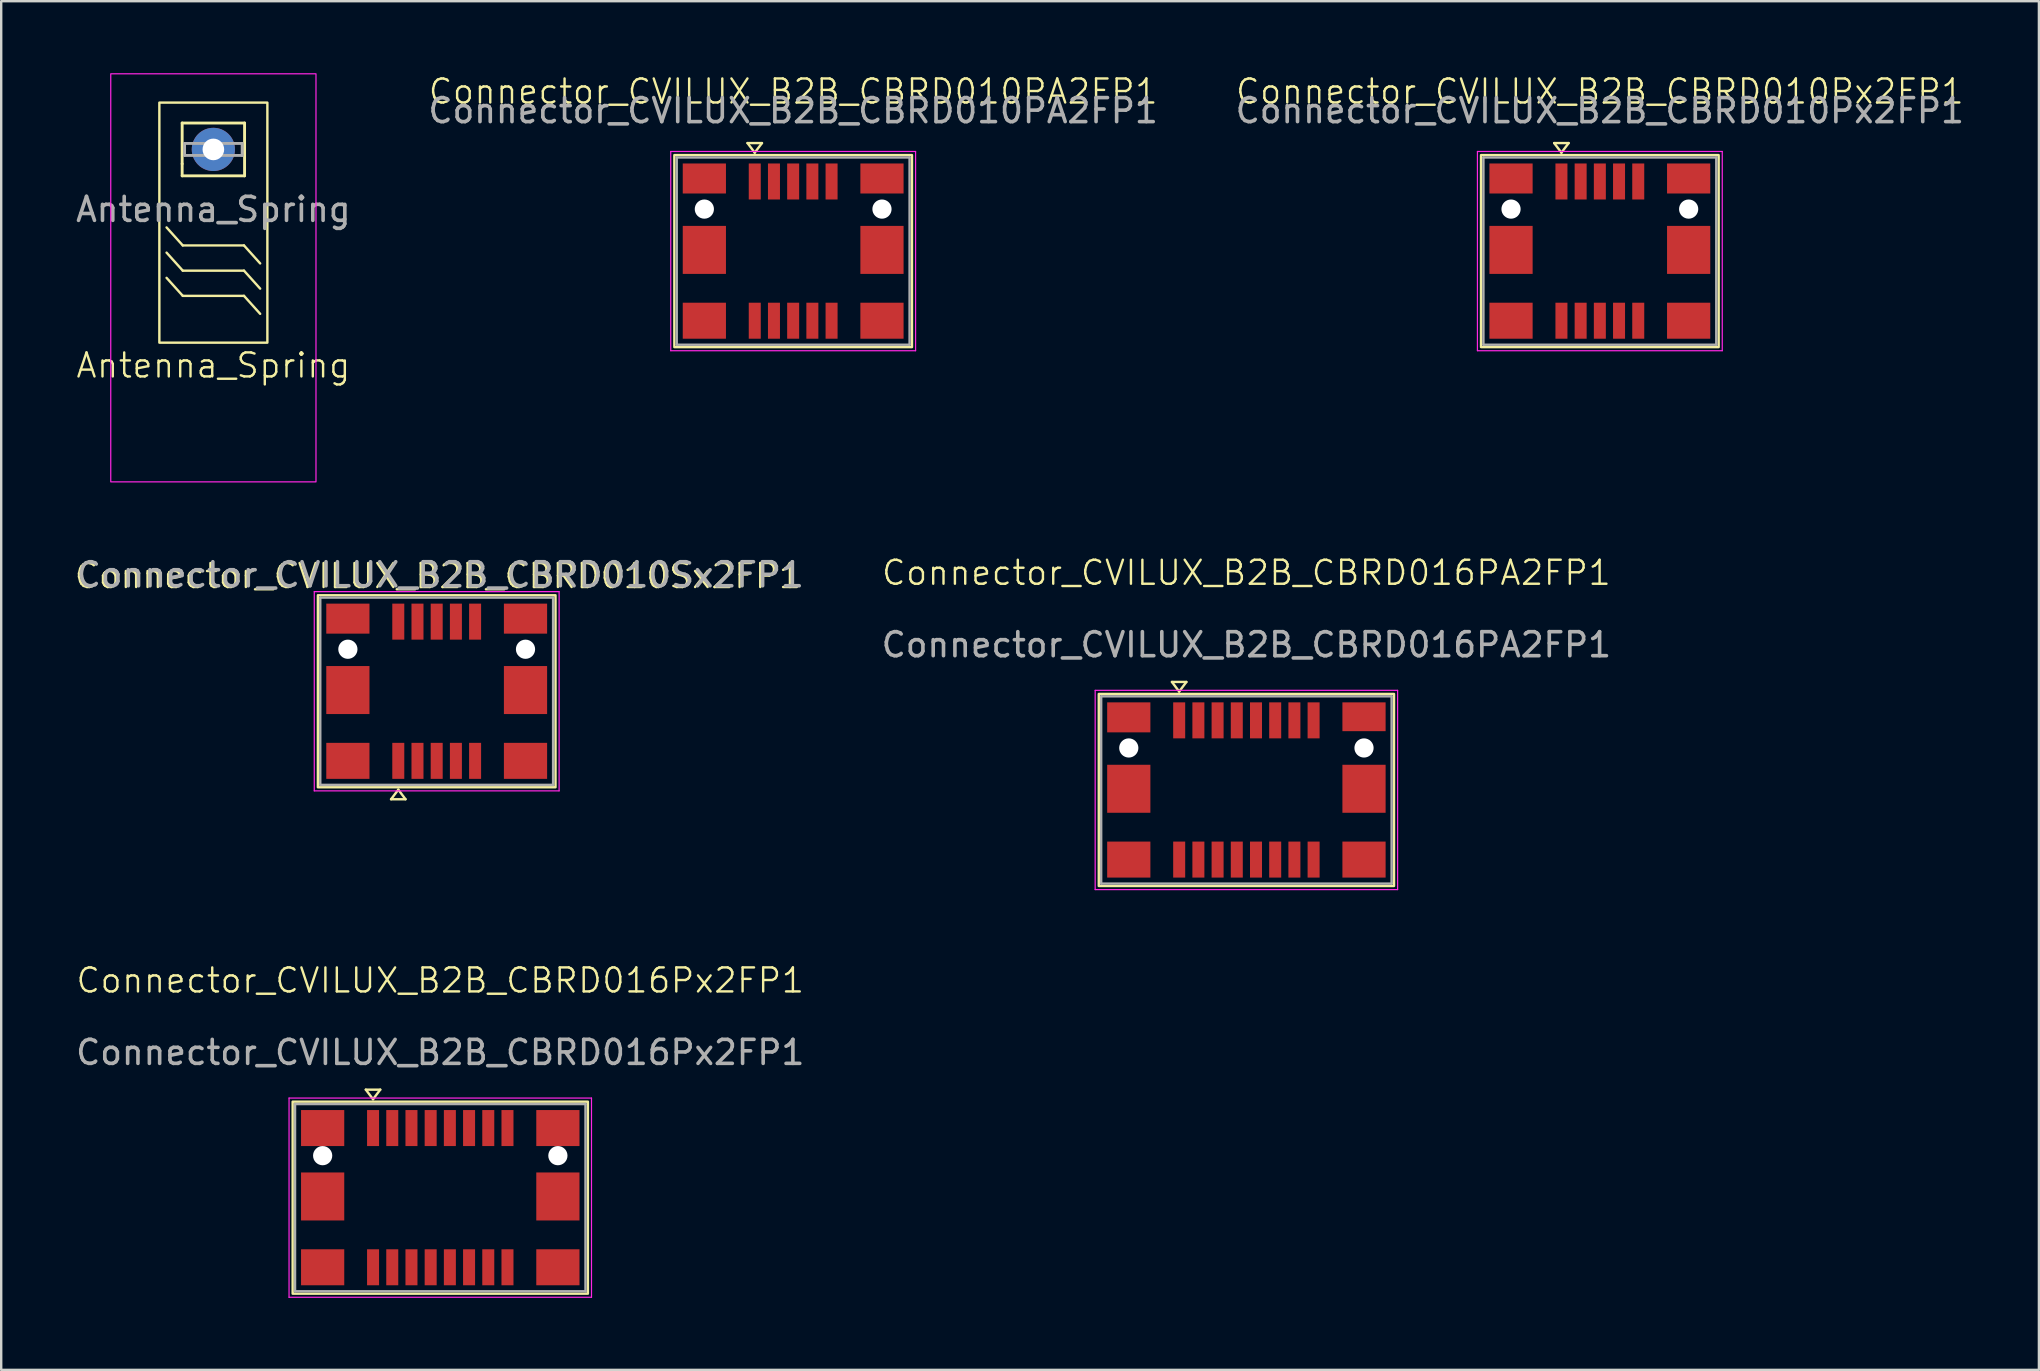
<source format=kicad_pcb>
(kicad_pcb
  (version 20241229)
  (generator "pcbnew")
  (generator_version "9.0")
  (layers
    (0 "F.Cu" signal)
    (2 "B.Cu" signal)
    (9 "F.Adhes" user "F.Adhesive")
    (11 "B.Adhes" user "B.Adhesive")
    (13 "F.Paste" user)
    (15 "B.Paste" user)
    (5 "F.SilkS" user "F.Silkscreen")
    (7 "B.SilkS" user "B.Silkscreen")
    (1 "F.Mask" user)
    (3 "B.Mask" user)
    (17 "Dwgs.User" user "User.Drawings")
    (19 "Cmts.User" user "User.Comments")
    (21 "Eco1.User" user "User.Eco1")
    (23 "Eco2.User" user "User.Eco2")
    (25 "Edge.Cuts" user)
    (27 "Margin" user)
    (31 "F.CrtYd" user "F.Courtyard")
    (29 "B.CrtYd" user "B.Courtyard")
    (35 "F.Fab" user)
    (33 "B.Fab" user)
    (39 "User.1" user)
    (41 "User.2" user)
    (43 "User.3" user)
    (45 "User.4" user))
  (footprint "Connector_CVILUX_B2B_CBRD016PA2FP1"
    (layer "F.Cu")
    (at 48.876 29.811)
    (property "Reference" "Connector_CVILUX_B2B_CBRD016PA2FP1" (at 0 -9 0) (unlocked yes) (layer "F.SilkS") (effects (font (size 1 1) (thickness 0.1))))
    (attr smd)
    (fp_line (start -3.102 -4.45) (end -2.5 -4.45) (stroke (width 0.1) (type default)) (layer "F.SilkS"))
    (fp_line (start -2.801 -4.051) (end -3.102 -4.45) (stroke (width 0.1) (type default)) (layer "F.SilkS"))
    (fp_line (start -2.801 -4.051) (end -2.5 -4.45) (stroke (width 0.1) (type default)) (layer "F.SilkS"))
    (fp_rect (start -6.15 -3.95) (end 6.15 4.05) (stroke (width 0.1) (type default)) (fill no) (layer "F.SilkS"))
    (fp_line (start -6.3 -4.1) (end -6.3 4.2) (stroke (width 0.05) (type solid)) (layer "F.CrtYd"))
    (fp_line (start -6.3 -4.1) (end 6.3 -4.1) (stroke (width 0.05) (type solid)) (layer "F.CrtYd"))
    (fp_line (start -6.3 4.2) (end 6.3 4.2) (stroke (width 0.05) (type solid)) (layer "F.CrtYd"))
    (fp_line (start 6.3 -4.1) (end 6.3 4.2) (stroke (width 0.05) (type solid)) (layer "F.CrtYd"))
    (fp_line (start -6.05 3.95) (end -6.05 -3.85) (stroke (width 0.1) (type solid)) (layer "F.Fab"))
    (fp_line (start 6.05 -3.85) (end -6.05 -3.85) (stroke (width 0.1) (type solid)) (layer "F.Fab"))
    (fp_line (start 6.05 3.95) (end -6.05 3.95) (stroke (width 0.1) (type solid)) (layer "F.Fab"))
    (fp_line (start 6.05 3.95) (end 6.05 -3.85) (stroke (width 0.1) (type solid)) (layer "F.Fab"))
    (fp_text user "${REFERENCE}" (at 0 -6 0) (unlocked yes) (layer "F.Fab") (effects (font (size 1 1) (thickness 0.15))))
    (pad "" np_thru_hole circle (at -4.9 -1.7) (size 0.8 0.8) (drill 0.8) (layers "*.Cu" "*.Mask"))
    (pad "" np_thru_hole circle (at 4.9 -1.7) (size 0.8 0.8) (drill 0.8) (layers "*.Cu" "*.Mask"))
    (pad "1" smd rect (at -2.8 -2.85) (size 0.5 1.5) (layers "F.Cu" "F.Mask" "F.Paste"))
    (pad "2" smd rect (at -2 -2.85) (size 0.5 1.5) (layers "F.Cu" "F.Mask" "F.Paste"))
    (pad "3" smd rect (at -1.2 -2.85) (size 0.5 1.5) (layers "F.Cu" "F.Mask" "F.Paste"))
    (pad "4" smd rect (at -0.4 -2.85) (size 0.5 1.5) (layers "F.Cu" "F.Mask" "F.Paste"))
    (pad "5" smd rect (at 0.4 -2.85) (size 0.5 1.5) (layers "F.Cu" "F.Mask" "F.Paste"))
    (pad "6" smd rect (at 1.2 -2.85) (size 0.5 1.5) (layers "F.Cu" "F.Mask" "F.Paste"))
    (pad "7" smd rect (at 2 -2.85) (size 0.5 1.5) (layers "F.Cu" "F.Mask" "F.Paste"))
    (pad "8" smd rect (at 2.8 -2.85) (size 0.5 1.5) (layers "F.Cu" "F.Mask" "F.Paste"))
    (pad "9" smd rect (at 2.8 2.95) (size 0.5 1.5) (layers "F.Cu" "F.Mask" "F.Paste"))
    (pad "10" smd rect (at 2 2.95) (size 0.5 1.5) (layers "F.Cu" "F.Mask" "F.Paste"))
    (pad "11" smd rect (at 1.2 2.95) (size 0.5 1.5) (layers "F.Cu" "F.Mask" "F.Paste"))
    (pad "12" smd rect (at 0.4 2.95) (size 0.5 1.5) (layers "F.Cu" "F.Mask" "F.Paste"))
    (pad "13" smd rect (at -0.4 2.95) (size 0.5 1.5) (layers "F.Cu" "F.Mask" "F.Paste"))
    (pad "14" smd rect (at -1.2 2.95) (size 0.5 1.5) (layers "F.Cu" "F.Mask" "F.Paste"))
    (pad "15" smd rect (at -2 2.95) (size 0.5 1.5) (layers "F.Cu" "F.Mask" "F.Paste"))
    (pad "16" smd rect (at -2.8 2.95) (size 0.5 1.5) (layers "F.Cu" "F.Mask" "F.Paste"))
    (pad "MP" smd rect (at -4.9 -2.975) (size 1.8 1.25) (layers "F.Cu" "F.Mask" "F.Paste"))
    (pad "MP" smd rect (at -4.9 0 180) (size 1.8 2) (layers "F.Cu" "F.Mask" "F.Paste"))
    (pad "MP" smd rect (at -4.9 2.95 180) (size 1.8 1.5) (layers "F.Cu" "F.Mask" "F.Paste"))
    (pad "MP" smd rect (at 4.9 -3) (size 1.8 1.2) (layers "F.Cu" "F.Mask" "F.Paste"))
    (pad "MP" smd rect (at 4.9 0 180) (size 1.8 2) (layers "F.Cu" "F.Mask" "F.Paste"))
    (pad "MP" smd rect (at 4.9 2.95) (size 1.8 1.5) (layers "F.Cu" "F.Mask" "F.Paste")))
  (footprint "Connector_CVILUX_B2B_CBRD010Px2FP1"
    (layer "F.Cu")
    (at 63.601 7.361)
    (property "Reference" "Connector_CVILUX_B2B_CBRD010Px2FP1" (at 0 -6.6 0) (unlocked yes) (layer "F.SilkS") (effects (font (size 1 1) (thickness 0.1))))
    (attr smd)
    (fp_line (start -1.902 -4.45) (end -1.3 -4.45) (stroke (width 0.1) (type default)) (layer "F.SilkS"))
    (fp_line (start -1.601 -4.051) (end -1.902 -4.45) (stroke (width 0.1) (type default)) (layer "F.SilkS"))
    (fp_line (start -1.601 -4.051) (end -1.3 -4.45) (stroke (width 0.1) (type default)) (layer "F.SilkS"))
    (fp_rect (start -4.95 -3.95) (end 4.95 4.05) (stroke (width 0.1) (type default)) (fill no) (layer "F.SilkS"))
    (fp_line (start -5.1 -4.1) (end -5.1 4.2) (stroke (width 0.05) (type solid)) (layer "F.CrtYd"))
    (fp_line (start -5.1 -4.1) (end 5.1 -4.1) (stroke (width 0.05) (type solid)) (layer "F.CrtYd"))
    (fp_line (start -5.1 4.2) (end 5.1 4.2) (stroke (width 0.05) (type solid)) (layer "F.CrtYd"))
    (fp_line (start 5.1 -4.1) (end 5.1 4.2) (stroke (width 0.05) (type solid)) (layer "F.CrtYd"))
    (fp_line (start -4.85 3.95) (end -4.85 -3.85) (stroke (width 0.1) (type solid)) (layer "F.Fab"))
    (fp_line (start 4.85 -3.85) (end -4.85 -3.85) (stroke (width 0.1) (type solid)) (layer "F.Fab"))
    (fp_line (start 4.85 3.95) (end -4.85 3.95) (stroke (width 0.1) (type solid)) (layer "F.Fab"))
    (fp_line (start 4.85 3.95) (end 4.85 -3.85) (stroke (width 0.1) (type solid)) (layer "F.Fab"))
    (fp_text user "${REFERENCE}" (at 0 -5.8 0) (unlocked yes) (layer "F.Fab") (effects (font (size 1 1) (thickness 0.15))))
    (pad "" np_thru_hole circle (at -3.7 -1.7) (size 0.8 0.8) (drill 0.8) (layers "*.Cu" "*.Mask"))
    (pad "" np_thru_hole circle (at 3.7 -1.7) (size 0.8 0.8) (drill 0.8) (layers "*.Cu" "*.Mask"))
    (pad "1" smd rect (at -1.6 -2.85) (size 0.5 1.5) (layers "F.Cu" "F.Mask" "F.Paste"))
    (pad "2" smd rect (at -0.8 -2.85) (size 0.5 1.5) (layers "F.Cu" "F.Mask" "F.Paste"))
    (pad "3" smd rect (at 0 -2.85) (size 0.5 1.5) (layers "F.Cu" "F.Mask" "F.Paste"))
    (pad "4" smd rect (at 0.8 -2.85) (size 0.5 1.5) (layers "F.Cu" "F.Mask" "F.Paste"))
    (pad "5" smd rect (at 1.6 -2.85) (size 0.5 1.5) (layers "F.Cu" "F.Mask" "F.Paste"))
    (pad "6" smd rect (at 1.6 2.95) (size 0.5 1.5) (layers "F.Cu" "F.Mask" "F.Paste"))
    (pad "7" smd rect (at 0.8 2.95) (size 0.5 1.5) (layers "F.Cu" "F.Mask" "F.Paste"))
    (pad "8" smd rect (at 0 2.95) (size 0.5 1.5) (layers "F.Cu" "F.Mask" "F.Paste"))
    (pad "9" smd rect (at -0.8 2.95) (size 0.5 1.5) (layers "F.Cu" "F.Mask" "F.Paste"))
    (pad "10" smd rect (at -1.6 2.95) (size 0.5 1.5) (layers "F.Cu" "F.Mask" "F.Paste"))
    (pad "MP" smd rect (at -3.7 -2.975) (size 1.8 1.25) (layers "F.Cu" "F.Mask" "F.Paste"))
    (pad "MP" smd rect (at -3.7 0 180) (size 1.8 2) (layers "F.Cu" "F.Mask" "F.Paste"))
    (pad "MP" smd rect (at -3.7 2.95 180) (size 1.8 1.5) (layers "F.Cu" "F.Mask" "F.Paste"))
    (pad "MP" smd rect (at 3.7 -2.975) (size 1.8 1.25) (layers "F.Cu" "F.Mask" "F.Paste"))
    (pad "MP" smd rect (at 3.7 0 180) (size 1.8 2) (layers "F.Cu" "F.Mask" "F.Paste"))
    (pad "MP" smd rect (at 3.7 2.95) (size 1.8 1.5) (layers "F.Cu" "F.Mask" "F.Paste")))
  (footprint "Antenna_Spring"
    (layer "F.Cu")
    (at 5.839 3.175)
    (property "Reference" "Antenna_Spring" (at 0 9 0) (unlocked yes) (layer "F.SilkS") (effects (font (size 1 1) (thickness 0.1))))
    (attr smd)
    (fp_line (start -1.3 -1.1) (end -1.3 0.6) (stroke (width 0.12) (type solid)) (layer "F.SilkS"))
    (fp_line (start -1.3 0.6) (end -1.3 1.1) (stroke (width 0.12) (type solid)) (layer "F.SilkS"))
    (fp_line (start -1.3 1.1) (end 1.3 1.1) (stroke (width 0.12) (type solid)) (layer "F.SilkS"))
    (fp_line (start -1.275 4) (end -1.95 3.25) (stroke (width 0.1) (type default)) (layer "F.SilkS"))
    (fp_line (start -1.275 4) (end 1.275 4) (stroke (width 0.1) (type default)) (layer "F.SilkS"))
    (fp_line (start -1.275 5.05) (end -1.95 4.3) (stroke (width 0.1) (type default)) (layer "F.SilkS"))
    (fp_line (start -1.275 5.05) (end 1.275 5.05) (stroke (width 0.1) (type default)) (layer "F.SilkS"))
    (fp_line (start -1.275 6.1) (end -1.95 5.35) (stroke (width 0.1) (type default)) (layer "F.SilkS"))
    (fp_line (start -1.275 6.1) (end 1.275 6.1) (stroke (width 0.1) (type default)) (layer "F.SilkS"))
    (fp_line (start 1.275 4) (end 1.95 4.75) (stroke (width 0.1) (type default)) (layer "F.SilkS"))
    (fp_line (start 1.275 5.05) (end 1.95 5.8) (stroke (width 0.1) (type default)) (layer "F.SilkS"))
    (fp_line (start 1.275 6.1) (end 1.95 6.85) (stroke (width 0.1) (type default)) (layer "F.SilkS"))
    (fp_line (start 1.3 -1.1) (end -1.3 -1.1) (stroke (width 0.12) (type solid)) (layer "F.SilkS"))
    (fp_line (start 1.3 1.1) (end 1.3 -1.1) (stroke (width 0.12) (type solid)) (layer "F.SilkS"))
    (fp_rect (start -2.25 -1.95) (end 2.25 8.05) (stroke (width 0.1) (type default)) (fill no) (layer "F.SilkS"))
    (fp_rect (start -4.275 -3.15) (end 4.275 13.85) (stroke (width 0.05) (type default)) (fill no) (layer "F.CrtYd"))
    (fp_line (start -1.2 -0.25) (end -1.2 0.25) (stroke (width 0.12) (type solid)) (layer "F.Fab"))
    (fp_line (start -1.2 0.25) (end 1.2 0.25) (stroke (width 0.12) (type solid)) (layer "F.Fab"))
    (fp_line (start 1.2 -0.25) (end -1.2 -0.25) (stroke (width 0.12) (type solid)) (layer "F.Fab"))
    (fp_line (start 1.2 0.25) (end 1.2 -0.25) (stroke (width 0.12) (type solid)) (layer "F.Fab"))
    (fp_text user "${REFERENCE}" (at 0 2.5 0) (unlocked yes) (layer "F.Fab") (effects (font (size 1 1) (thickness 0.15))))
    (pad "1" thru_hole circle (at 0 0) (size 1.8 1.8) (drill 0.9) (layers "*.Cu" "*.Mask"))
    (zone (net_name "") (layers "F.Cu" "B.Cu" "F.SilkS") (name "KEEPOUT") (hatch edge 0.5) (connect_pads) (min_thickness 0.25) (filled_areas_thickness no) (keepout (tracks not_allowed) (vias not_allowed) (pads not_allowed) (copperpour allowed) (footprints allowed)) (placement (enabled no)) (fill) (polygon (pts (xy 1.539 17.025) (xy 10.139 17.025) (xy 10.139 4.375) (xy 1.539 4.375)))))
  (footprint "Connector_CVILUX_B2B_CBRD010Sx2FP1"
    (layer "F.Cu")
    (at 15.143 25.698)
    (property "Reference" "Connector_CVILUX_B2B_CBRD010Sx2FP1" (at 0.05 -4.75 0) (unlocked yes) (layer "F.SilkS") (effects (font (size 1 1) (thickness 0.1))))
    (attr smd)
    (fp_line (start -1.6 4.15) (end -1.901 4.549) (stroke (width 0.1) (type default)) (layer "F.SilkS"))
    (fp_line (start -1.6 4.15) (end -1.299 4.549) (stroke (width 0.1) (type default)) (layer "F.SilkS"))
    (fp_line (start -1.299 4.549) (end -1.901 4.549) (stroke (width 0.1) (type default)) (layer "F.SilkS"))
    (fp_rect (start -4.95 -3.95) (end 4.95 4.05) (stroke (width 0.1) (type default)) (fill no) (layer "F.SilkS"))
    (fp_line (start -5.1 -4.1) (end -5.1 4.2) (stroke (width 0.05) (type solid)) (layer "F.CrtYd"))
    (fp_line (start -5.1 -4.1) (end 5.1 -4.1) (stroke (width 0.05) (type solid)) (layer "F.CrtYd"))
    (fp_line (start -5.1 4.2) (end 5.1 4.2) (stroke (width 0.05) (type solid)) (layer "F.CrtYd"))
    (fp_line (start 5.1 -4.1) (end 5.1 4.2) (stroke (width 0.05) (type solid)) (layer "F.CrtYd"))
    (fp_line (start -4.85 3.95) (end -4.85 -3.85) (stroke (width 0.1) (type solid)) (layer "F.Fab"))
    (fp_line (start 4.85 -3.85) (end -4.85 -3.85) (stroke (width 0.1) (type solid)) (layer "F.Fab"))
    (fp_line (start 4.85 3.95) (end -4.85 3.95) (stroke (width 0.1) (type solid)) (layer "F.Fab"))
    (fp_line (start 4.85 3.95) (end 4.85 -3.85) (stroke (width 0.1) (type solid)) (layer "F.Fab"))
    (fp_text user "${REFERENCE}" (at 0.15 -4.8 0) (layer "F.Fab") (effects (font (size 1 1) (thickness 0.15))))
    (pad "" np_thru_hole circle (at -3.7 -1.7) (size 0.8 0.8) (drill 0.8) (layers "*.Cu" "*.Mask"))
    (pad "" np_thru_hole circle (at 3.7 -1.7) (size 0.8 0.8) (drill 0.8) (layers "*.Cu" "*.Mask"))
    (pad "1" smd rect (at -1.6 2.95) (size 0.5 1.5) (layers "F.Cu" "F.Mask" "F.Paste"))
    (pad "2" smd rect (at -0.8 2.95) (size 0.5 1.5) (layers "F.Cu" "F.Mask" "F.Paste"))
    (pad "3" smd rect (at 0 2.95) (size 0.5 1.5) (layers "F.Cu" "F.Mask" "F.Paste"))
    (pad "4" smd rect (at 0.8 2.95) (size 0.5 1.5) (layers "F.Cu" "F.Mask" "F.Paste"))
    (pad "5" smd rect (at 1.6 2.95) (size 0.5 1.5) (layers "F.Cu" "F.Mask" "F.Paste"))
    (pad "6" smd rect (at 1.6 -2.85) (size 0.5 1.5) (layers "F.Cu" "F.Mask" "F.Paste"))
    (pad "7" smd rect (at 0.8 -2.85) (size 0.5 1.5) (layers "F.Cu" "F.Mask" "F.Paste"))
    (pad "8" smd rect (at 0 -2.85) (size 0.5 1.5) (layers "F.Cu" "F.Mask" "F.Paste"))
    (pad "9" smd rect (at -0.8 -2.85) (size 0.5 1.5) (layers "F.Cu" "F.Mask" "F.Paste"))
    (pad "10" smd rect (at -1.6 -2.85) (size 0.5 1.5) (layers "F.Cu" "F.Mask" "F.Paste"))
    (pad "MP" smd rect (at -3.7 -2.975) (size 1.8 1.25) (layers "F.Cu" "F.Mask" "F.Paste"))
    (pad "MP" smd rect (at -3.7 0 180) (size 1.8 2) (layers "F.Cu" "F.Mask" "F.Paste"))
    (pad "MP" smd rect (at -3.7 2.95 180) (size 1.8 1.5) (layers "F.Cu" "F.Mask" "F.Paste"))
    (pad "MP" smd rect (at 3.7 -2.975) (size 1.8 1.25) (layers "F.Cu" "F.Mask" "F.Paste"))
    (pad "MP" smd rect (at 3.7 0 180) (size 1.8 2) (layers "F.Cu" "F.Mask" "F.Paste"))
    (pad "MP" smd rect (at 3.7 2.95) (size 1.8 1.5) (layers "F.Cu" "F.Mask" "F.Paste")))
  (footprint "Connector_CVILUX_B2B_CBRD016Px2FP1"
    (layer "F.Cu")
    (at 15.292 46.796)
    (property "Reference" "Connector_CVILUX_B2B_CBRD016Px2FP1" (at 0 -9 0) (unlocked yes) (layer "F.SilkS") (effects (font (size 1 1) (thickness 0.1))))
    (attr smd)
    (fp_line (start -3.102 -4.45) (end -2.5 -4.45) (stroke (width 0.1) (type default)) (layer "F.SilkS"))
    (fp_line (start -2.801 -4.051) (end -3.102 -4.45) (stroke (width 0.1) (type default)) (layer "F.SilkS"))
    (fp_line (start -2.801 -4.051) (end -2.5 -4.45) (stroke (width 0.1) (type default)) (layer "F.SilkS"))
    (fp_rect (start -6.15 -3.95) (end 6.15 4.05) (stroke (width 0.1) (type default)) (fill no) (layer "F.SilkS"))
    (fp_line (start -6.3 -4.1) (end -6.3 4.2) (stroke (width 0.05) (type solid)) (layer "F.CrtYd"))
    (fp_line (start -6.3 -4.1) (end 6.3 -4.1) (stroke (width 0.05) (type solid)) (layer "F.CrtYd"))
    (fp_line (start -6.3 4.2) (end 6.3 4.2) (stroke (width 0.05) (type solid)) (layer "F.CrtYd"))
    (fp_line (start 6.3 -4.1) (end 6.3 4.2) (stroke (width 0.05) (type solid)) (layer "F.CrtYd"))
    (fp_line (start -6.05 3.95) (end -6.05 -3.85) (stroke (width 0.1) (type solid)) (layer "F.Fab"))
    (fp_line (start 6.05 -3.85) (end -6.05 -3.85) (stroke (width 0.1) (type solid)) (layer "F.Fab"))
    (fp_line (start 6.05 3.95) (end -6.05 3.95) (stroke (width 0.1) (type solid)) (layer "F.Fab"))
    (fp_line (start 6.05 3.95) (end 6.05 -3.85) (stroke (width 0.1) (type solid)) (layer "F.Fab"))
    (fp_text user "${REFERENCE}" (at 0 -6 0) (unlocked yes) (layer "F.Fab") (effects (font (size 1 1) (thickness 0.15))))
    (pad "" np_thru_hole circle (at -4.9 -1.7) (size 0.8 0.8) (drill 0.8) (layers "*.Cu" "*.Mask"))
    (pad "" np_thru_hole circle (at 4.9 -1.7) (size 0.8 0.8) (drill 0.8) (layers "*.Cu" "*.Mask"))
    (pad "1" smd rect (at -2.8 -2.85) (size 0.5 1.5) (layers "F.Cu" "F.Mask" "F.Paste"))
    (pad "2" smd rect (at -2 -2.85) (size 0.5 1.5) (layers "F.Cu" "F.Mask" "F.Paste"))
    (pad "3" smd rect (at -1.2 -2.85) (size 0.5 1.5) (layers "F.Cu" "F.Mask" "F.Paste"))
    (pad "4" smd rect (at -0.4 -2.85) (size 0.5 1.5) (layers "F.Cu" "F.Mask" "F.Paste"))
    (pad "5" smd rect (at 0.4 -2.85) (size 0.5 1.5) (layers "F.Cu" "F.Mask" "F.Paste"))
    (pad "6" smd rect (at 1.2 -2.85) (size 0.5 1.5) (layers "F.Cu" "F.Mask" "F.Paste"))
    (pad "7" smd rect (at 2 -2.85) (size 0.5 1.5) (layers "F.Cu" "F.Mask" "F.Paste"))
    (pad "8" smd rect (at 2.8 -2.85) (size 0.5 1.5) (layers "F.Cu" "F.Mask" "F.Paste"))
    (pad "9" smd rect (at 2.8 2.95) (size 0.5 1.5) (layers "F.Cu" "F.Mask" "F.Paste"))
    (pad "10" smd rect (at 2 2.95) (size 0.5 1.5) (layers "F.Cu" "F.Mask" "F.Paste"))
    (pad "11" smd rect (at 1.2 2.95) (size 0.5 1.5) (layers "F.Cu" "F.Mask" "F.Paste"))
    (pad "12" smd rect (at 0.4 2.95) (size 0.5 1.5) (layers "F.Cu" "F.Mask" "F.Paste"))
    (pad "13" smd rect (at -0.4 2.95) (size 0.5 1.5) (layers "F.Cu" "F.Mask" "F.Paste"))
    (pad "14" smd rect (at -1.2 2.95) (size 0.5 1.5) (layers "F.Cu" "F.Mask" "F.Paste"))
    (pad "15" smd rect (at -2 2.95) (size 0.5 1.5) (layers "F.Cu" "F.Mask" "F.Paste"))
    (pad "16" smd rect (at -2.8 2.95) (size 0.5 1.5) (layers "F.Cu" "F.Mask" "F.Paste"))
    (pad "MP" smd rect (at -4.9 -2.85) (size 1.8 1.5) (layers "F.Cu" "F.Mask" "F.Paste"))
    (pad "MP" smd rect (at -4.9 0 180) (size 1.8 2) (layers "F.Cu" "F.Mask" "F.Paste"))
    (pad "MP" smd rect (at -4.9 2.95 180) (size 1.8 1.5) (layers "F.Cu" "F.Mask" "F.Paste"))
    (pad "MP" smd rect (at 4.9 -2.85) (size 1.8 1.5) (layers "F.Cu" "F.Mask" "F.Paste"))
    (pad "MP" smd rect (at 4.9 0 180) (size 1.8 2) (layers "F.Cu" "F.Mask" "F.Paste"))
    (pad "MP" smd rect (at 4.9 2.95) (size 1.8 1.5) (layers "F.Cu" "F.Mask" "F.Paste")))
  (footprint "Connector_CVILUX_B2B_CBRD010PA2FP1"
    (layer "F.Cu")
    (at 29.994 7.361)
    (property "Reference" "Connector_CVILUX_B2B_CBRD010PA2FP1" (at 0 -6.6 0) (unlocked yes) (layer "F.SilkS") (effects (font (size 1 1) (thickness 0.1))))
    (attr smd)
    (fp_line (start -1.902 -4.45) (end -1.3 -4.45) (stroke (width 0.1) (type default)) (layer "F.SilkS"))
    (fp_line (start -1.601 -4.051) (end -1.902 -4.45) (stroke (width 0.1) (type default)) (layer "F.SilkS"))
    (fp_line (start -1.601 -4.051) (end -1.3 -4.45) (stroke (width 0.1) (type default)) (layer "F.SilkS"))
    (fp_rect (start -4.95 -3.95) (end 4.95 4.05) (stroke (width 0.1) (type default)) (fill no) (layer "F.SilkS"))
    (fp_line (start -5.1 -4.1) (end -5.1 4.2) (stroke (width 0.05) (type solid)) (layer "F.CrtYd"))
    (fp_line (start -5.1 -4.1) (end 5.1 -4.1) (stroke (width 0.05) (type solid)) (layer "F.CrtYd"))
    (fp_line (start -5.1 4.2) (end 5.1 4.2) (stroke (width 0.05) (type solid)) (layer "F.CrtYd"))
    (fp_line (start 5.1 -4.1) (end 5.1 4.2) (stroke (width 0.05) (type solid)) (layer "F.CrtYd"))
    (fp_line (start -4.85 3.95) (end -4.85 -3.85) (stroke (width 0.1) (type solid)) (layer "F.Fab"))
    (fp_line (start 4.85 -3.85) (end -4.85 -3.85) (stroke (width 0.1) (type solid)) (layer "F.Fab"))
    (fp_line (start 4.85 3.95) (end -4.85 3.95) (stroke (width 0.1) (type solid)) (layer "F.Fab"))
    (fp_line (start 4.85 3.95) (end 4.85 -3.85) (stroke (width 0.1) (type solid)) (layer "F.Fab"))
    (fp_text user "${REFERENCE}" (at 0 -5.8 0) (unlocked yes) (layer "F.Fab") (effects (font (size 1 1) (thickness 0.15))))
    (pad "" np_thru_hole circle (at -3.7 -1.7) (size 0.8 0.8) (drill 0.8) (layers "*.Cu" "*.Mask"))
    (pad "" np_thru_hole circle (at 3.7 -1.7) (size 0.8 0.8) (drill 0.8) (layers "*.Cu" "*.Mask"))
    (pad "1" smd rect (at -1.6 -2.85) (size 0.5 1.5) (layers "F.Cu" "F.Mask" "F.Paste"))
    (pad "2" smd rect (at -0.8 -2.85) (size 0.5 1.5) (layers "F.Cu" "F.Mask" "F.Paste"))
    (pad "3" smd rect (at 0 -2.85) (size 0.5 1.5) (layers "F.Cu" "F.Mask" "F.Paste"))
    (pad "4" smd rect (at 0.8 -2.85) (size 0.5 1.5) (layers "F.Cu" "F.Mask" "F.Paste"))
    (pad "5" smd rect (at 1.6 -2.85) (size 0.5 1.5) (layers "F.Cu" "F.Mask" "F.Paste"))
    (pad "6" smd rect (at 1.6 2.95) (size 0.5 1.5) (layers "F.Cu" "F.Mask" "F.Paste"))
    (pad "7" smd rect (at 0.8 2.95) (size 0.5 1.5) (layers "F.Cu" "F.Mask" "F.Paste"))
    (pad "8" smd rect (at 0 2.95) (size 0.5 1.5) (layers "F.Cu" "F.Mask" "F.Paste"))
    (pad "9" smd rect (at -0.8 2.95) (size 0.5 1.5) (layers "F.Cu" "F.Mask" "F.Paste"))
    (pad "10" smd rect (at -1.6 2.95) (size 0.5 1.5) (layers "F.Cu" "F.Mask" "F.Paste"))
    (pad "MP" smd rect (at -3.7 -2.975) (size 1.8 1.25) (layers "F.Cu" "F.Mask" "F.Paste"))
    (pad "MP" smd rect (at -3.7 0 180) (size 1.8 2) (layers "F.Cu" "F.Mask" "F.Paste"))
    (pad "MP" smd rect (at -3.7 2.95 180) (size 1.8 1.5) (layers "F.Cu" "F.Mask" "F.Paste"))
    (pad "MP" smd rect (at 3.7 -2.975) (size 1.8 1.25) (layers "F.Cu" "F.Mask" "F.Paste"))
    (pad "MP" smd rect (at 3.7 0 180) (size 1.8 2) (layers "F.Cu" "F.Mask" "F.Paste"))
    (pad "MP" smd rect (at 3.7 2.95) (size 1.8 1.5) (layers "F.Cu" "F.Mask" "F.Paste")))
  (gr_rect
    (start -3 -3)
    (end 81.893 54.021)
    (stroke (width 0.1) (type default))
    (fill no)
    (layer "Edge.Cuts")))
</source>
